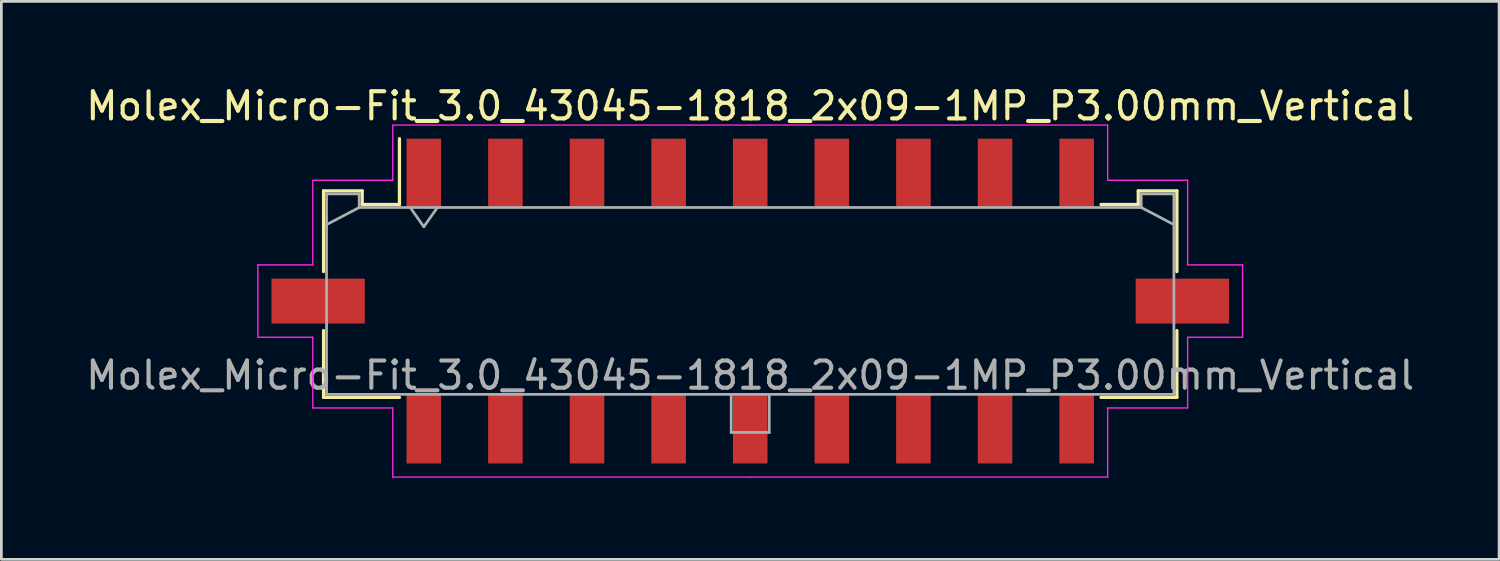
<source format=kicad_pcb>
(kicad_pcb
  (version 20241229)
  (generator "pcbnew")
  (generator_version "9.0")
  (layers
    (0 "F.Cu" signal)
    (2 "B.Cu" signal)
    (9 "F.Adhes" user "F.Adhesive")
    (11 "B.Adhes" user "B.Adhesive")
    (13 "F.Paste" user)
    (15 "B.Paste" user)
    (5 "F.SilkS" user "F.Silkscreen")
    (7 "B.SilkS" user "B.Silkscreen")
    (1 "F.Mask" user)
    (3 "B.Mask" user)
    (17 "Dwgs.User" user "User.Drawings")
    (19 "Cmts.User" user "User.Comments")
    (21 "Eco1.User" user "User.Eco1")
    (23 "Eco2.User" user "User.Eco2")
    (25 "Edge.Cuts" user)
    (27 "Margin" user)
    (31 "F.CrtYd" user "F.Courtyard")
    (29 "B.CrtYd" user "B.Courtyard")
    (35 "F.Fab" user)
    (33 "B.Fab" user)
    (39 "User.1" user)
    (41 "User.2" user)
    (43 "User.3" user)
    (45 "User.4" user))
  (footprint "Molex_Micro-Fit_3.0_43045-1818_2x09-1MP_P3.00mm_Vertical"
    (layer "F.Cu")
    (at 24.53 8.018)
    (property "Reference" "Molex_Micro-Fit_3.0_43045-1818_2x09-1MP_P3.00mm_Vertical" (at 0 -7.17 0) (layer "F.SilkS") (effects (font (size 1 1) (thickness 0.15))))
    (attr smd)
    (fp_line (start -15.685 -4.05) (end -14.265 -4.05) (stroke (width 0.12) (type solid)) (layer "F.SilkS"))
    (fp_line (start -15.685 -1.085) (end -15.685 -4.05) (stroke (width 0.12) (type solid)) (layer "F.SilkS"))
    (fp_line (start -15.685 1.085) (end -15.685 3.54) (stroke (width 0.12) (type solid)) (layer "F.SilkS"))
    (fp_line (start -15.685 3.54) (end -12.895 3.54) (stroke (width 0.12) (type solid)) (layer "F.SilkS"))
    (fp_line (start -14.265 -4.05) (end -14.265 -3.55) (stroke (width 0.12) (type solid)) (layer "F.SilkS"))
    (fp_line (start -14.265 -3.55) (end -12.895 -3.55) (stroke (width 0.12) (type solid)) (layer "F.SilkS"))
    (fp_line (start -12.895 -3.55) (end -12.895 -5.97) (stroke (width 0.12) (type solid)) (layer "F.SilkS"))
    (fp_line (start 14.265 -4.05) (end 14.265 -3.55) (stroke (width 0.12) (type solid)) (layer "F.SilkS"))
    (fp_line (start 14.265 -3.55) (end 12.895 -3.55) (stroke (width 0.12) (type solid)) (layer "F.SilkS"))
    (fp_line (start 15.685 -4.05) (end 14.265 -4.05) (stroke (width 0.12) (type solid)) (layer "F.SilkS"))
    (fp_line (start 15.685 -1.085) (end 15.685 -4.05) (stroke (width 0.12) (type solid)) (layer "F.SilkS"))
    (fp_line (start 15.685 1.085) (end 15.685 3.54) (stroke (width 0.12) (type solid)) (layer "F.SilkS"))
    (fp_line (start 15.685 3.54) (end 12.895 3.54) (stroke (width 0.12) (type solid)) (layer "F.SilkS"))
    (fp_line (start -18.1 -1.33) (end -18.1 1.33) (stroke (width 0.05) (type solid)) (layer "F.CrtYd"))
    (fp_line (start -18.1 1.33) (end -16.08 1.33) (stroke (width 0.05) (type solid)) (layer "F.CrtYd"))
    (fp_line (start -16.08 -4.44) (end -16.08 -1.33) (stroke (width 0.05) (type solid)) (layer "F.CrtYd"))
    (fp_line (start -16.08 -1.33) (end -18.1 -1.33) (stroke (width 0.05) (type solid)) (layer "F.CrtYd"))
    (fp_line (start -16.08 1.33) (end -16.08 3.93) (stroke (width 0.05) (type solid)) (layer "F.CrtYd"))
    (fp_line (start -16.08 3.93) (end -13.14 3.93) (stroke (width 0.05) (type solid)) (layer "F.CrtYd"))
    (fp_line (start -13.14 -6.47) (end -13.14 -4.44) (stroke (width 0.05) (type solid)) (layer "F.CrtYd"))
    (fp_line (start -13.14 -4.44) (end -16.08 -4.44) (stroke (width 0.05) (type solid)) (layer "F.CrtYd"))
    (fp_line (start -13.14 3.93) (end -13.14 6.47) (stroke (width 0.05) (type solid)) (layer "F.CrtYd"))
    (fp_line (start -13.14 6.47) (end 0 6.47) (stroke (width 0.05) (type solid)) (layer "F.CrtYd"))
    (fp_line (start 0 -6.47) (end -13.14 -6.47) (stroke (width 0.05) (type solid)) (layer "F.CrtYd"))
    (fp_line (start 0 -6.47) (end 13.14 -6.47) (stroke (width 0.05) (type solid)) (layer "F.CrtYd"))
    (fp_line (start 13.14 -6.47) (end 13.14 -4.44) (stroke (width 0.05) (type solid)) (layer "F.CrtYd"))
    (fp_line (start 13.14 -4.44) (end 16.08 -4.44) (stroke (width 0.05) (type solid)) (layer "F.CrtYd"))
    (fp_line (start 13.14 3.93) (end 13.14 6.47) (stroke (width 0.05) (type solid)) (layer "F.CrtYd"))
    (fp_line (start 13.14 6.47) (end 0 6.47) (stroke (width 0.05) (type solid)) (layer "F.CrtYd"))
    (fp_line (start 16.08 -4.44) (end 16.08 -1.33) (stroke (width 0.05) (type solid)) (layer "F.CrtYd"))
    (fp_line (start 16.08 -1.33) (end 18.1 -1.33) (stroke (width 0.05) (type solid)) (layer "F.CrtYd"))
    (fp_line (start 16.08 1.33) (end 16.08 3.93) (stroke (width 0.05) (type solid)) (layer "F.CrtYd"))
    (fp_line (start 16.08 3.93) (end 13.14 3.93) (stroke (width 0.05) (type solid)) (layer "F.CrtYd"))
    (fp_line (start 18.1 -1.33) (end 18.1 1.33) (stroke (width 0.05) (type solid)) (layer "F.CrtYd"))
    (fp_line (start 18.1 1.33) (end 16.08 1.33) (stroke (width 0.05) (type solid)) (layer "F.CrtYd"))
    (fp_line (start -15.575 -3.94) (end -15.575 3.43) (stroke (width 0.1) (type solid)) (layer "F.Fab"))
    (fp_line (start -15.575 -2.81) (end -14.375 -3.44) (stroke (width 0.1) (type solid)) (layer "F.Fab"))
    (fp_line (start -15.575 3.43) (end 15.575 3.43) (stroke (width 0.1) (type solid)) (layer "F.Fab"))
    (fp_line (start -14.375 -3.94) (end -15.575 -3.94) (stroke (width 0.1) (type solid)) (layer "F.Fab"))
    (fp_line (start -14.375 -3.44) (end -14.375 -3.94) (stroke (width 0.1) (type solid)) (layer "F.Fab"))
    (fp_line (start -12.5 -3.44) (end -12 -2.733) (stroke (width 0.1) (type solid)) (layer "F.Fab"))
    (fp_line (start -12 -2.733) (end -11.5 -3.44) (stroke (width 0.1) (type solid)) (layer "F.Fab"))
    (fp_line (start -0.7 3.43) (end -0.7 4.83) (stroke (width 0.1) (type solid)) (layer "F.Fab"))
    (fp_line (start -0.7 4.83) (end 0.7 4.83) (stroke (width 0.1) (type solid)) (layer "F.Fab"))
    (fp_line (start 0.7 4.83) (end 0.7 3.43) (stroke (width 0.1) (type solid)) (layer "F.Fab"))
    (fp_line (start 14.375 -3.94) (end 14.375 -3.44) (stroke (width 0.1) (type solid)) (layer "F.Fab"))
    (fp_line (start 14.375 -3.44) (end -14.375 -3.44) (stroke (width 0.1) (type solid)) (layer "F.Fab"))
    (fp_line (start 15.575 -3.94) (end 14.375 -3.94) (stroke (width 0.1) (type solid)) (layer "F.Fab"))
    (fp_line (start 15.575 -2.81) (end 14.375 -3.44) (stroke (width 0.1) (type solid)) (layer "F.Fab"))
    (fp_line (start 15.575 3.43) (end 15.575 -3.94) (stroke (width 0.1) (type solid)) (layer "F.Fab"))
    (fp_text user "${REFERENCE}" (at 0 2.73 0) (layer "F.Fab") (effects (font (size 1 1) (thickness 0.15))))
    (pad "1" smd rect (at -12 -4.7) (size 1.27 2.54) (layers "F.Cu" "F.Mask" "F.Paste"))
    (pad "2" smd rect (at -9 -4.7) (size 1.27 2.54) (layers "F.Cu" "F.Mask" "F.Paste"))
    (pad "3" smd rect (at -6 -4.7) (size 1.27 2.54) (layers "F.Cu" "F.Mask" "F.Paste"))
    (pad "4" smd rect (at -3 -4.7) (size 1.27 2.54) (layers "F.Cu" "F.Mask" "F.Paste"))
    (pad "5" smd rect (at 0 -4.7) (size 1.27 2.54) (layers "F.Cu" "F.Mask" "F.Paste"))
    (pad "6" smd rect (at 3 -4.7) (size 1.27 2.54) (layers "F.Cu" "F.Mask" "F.Paste"))
    (pad "7" smd rect (at 6 -4.7) (size 1.27 2.54) (layers "F.Cu" "F.Mask" "F.Paste"))
    (pad "8" smd rect (at 9 -4.7) (size 1.27 2.54) (layers "F.Cu" "F.Mask" "F.Paste"))
    (pad "9" smd rect (at 12 -4.7) (size 1.27 2.54) (layers "F.Cu" "F.Mask" "F.Paste"))
    (pad "10" smd rect (at -12 4.7) (size 1.27 2.54) (layers "F.Cu" "F.Mask" "F.Paste"))
    (pad "11" smd rect (at -9 4.7) (size 1.27 2.54) (layers "F.Cu" "F.Mask" "F.Paste"))
    (pad "12" smd rect (at -6 4.7) (size 1.27 2.54) (layers "F.Cu" "F.Mask" "F.Paste"))
    (pad "13" smd rect (at -3 4.7) (size 1.27 2.54) (layers "F.Cu" "F.Mask" "F.Paste"))
    (pad "14" smd rect (at 0 4.7) (size 1.27 2.54) (layers "F.Cu" "F.Mask" "F.Paste"))
    (pad "15" smd rect (at 3 4.7) (size 1.27 2.54) (layers "F.Cu" "F.Mask" "F.Paste"))
    (pad "16" smd rect (at 6 4.7) (size 1.27 2.54) (layers "F.Cu" "F.Mask" "F.Paste"))
    (pad "17" smd rect (at 9 4.7) (size 1.27 2.54) (layers "F.Cu" "F.Mask" "F.Paste"))
    (pad "18" smd rect (at 12 4.7) (size 1.27 2.54) (layers "F.Cu" "F.Mask" "F.Paste"))
    (pad "MP" smd rect (at -15.885 0) (size 3.43 1.65) (layers "F.Cu" "F.Mask" "F.Paste"))
    (pad "MP" smd rect (at 15.885 0) (size 3.43 1.65) (layers "F.Cu" "F.Mask" "F.Paste")))
  (gr_rect
    (start -3 -3)
    (end 52.06 17.513)
    (stroke (width 0.1) (type default))
    (fill no)
    (layer "Edge.Cuts")))
</source>
